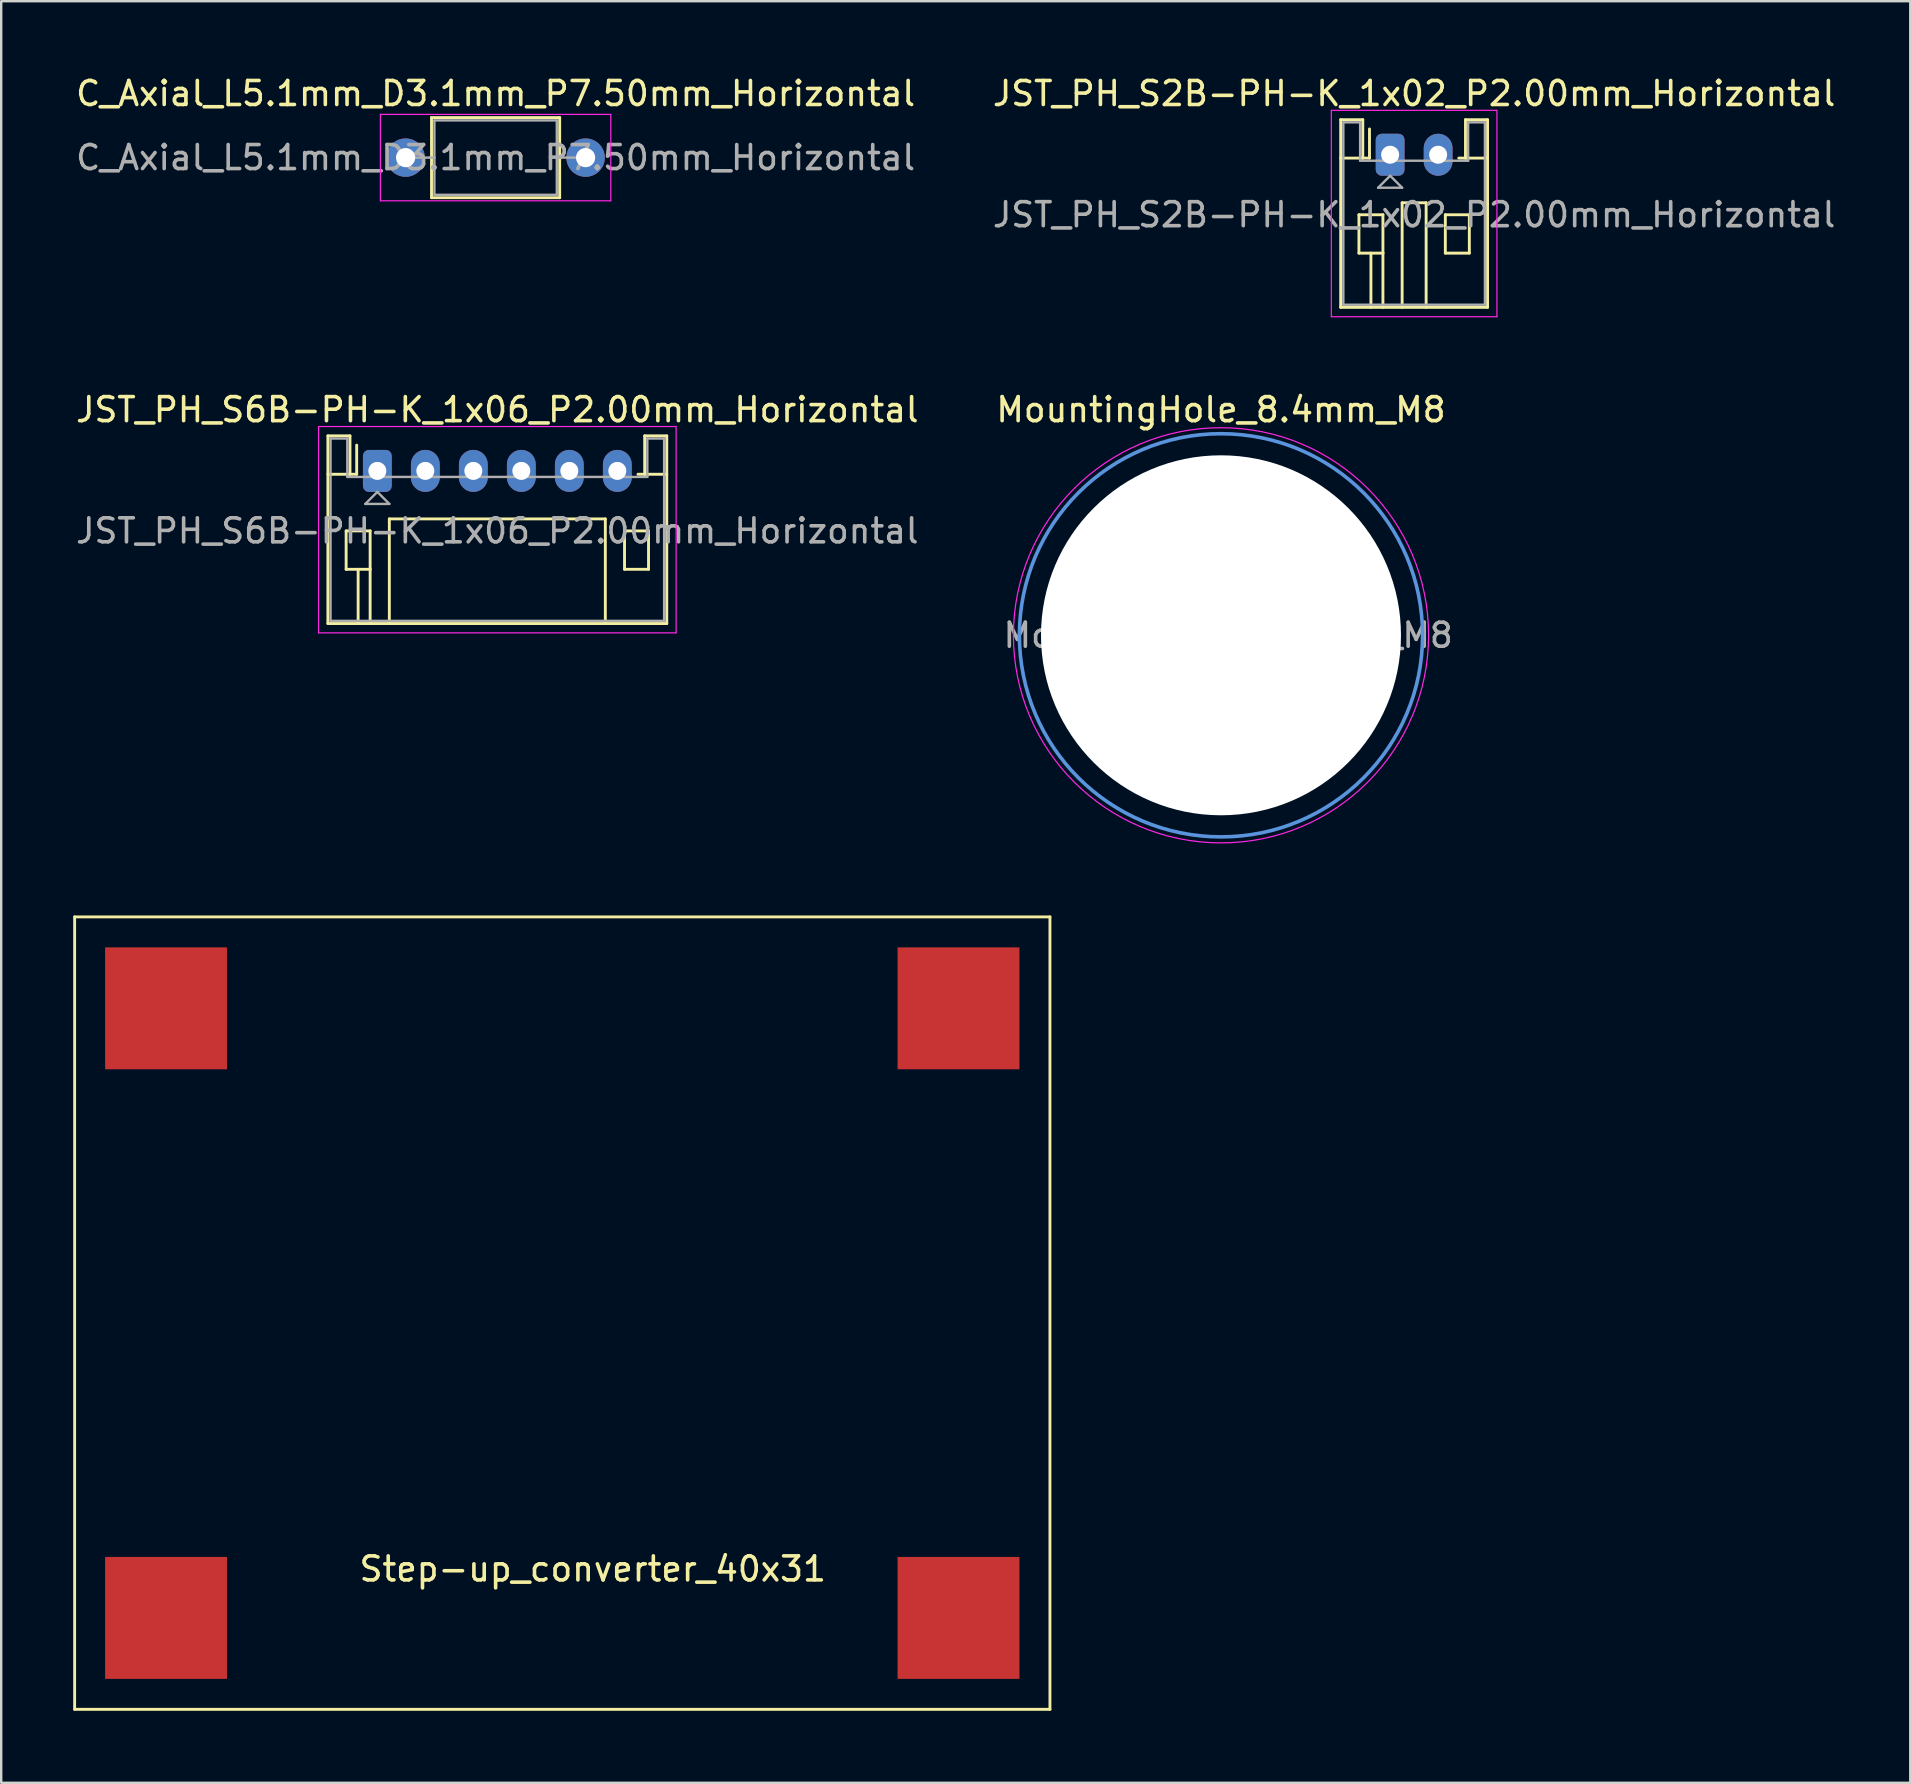
<source format=kicad_pcb>
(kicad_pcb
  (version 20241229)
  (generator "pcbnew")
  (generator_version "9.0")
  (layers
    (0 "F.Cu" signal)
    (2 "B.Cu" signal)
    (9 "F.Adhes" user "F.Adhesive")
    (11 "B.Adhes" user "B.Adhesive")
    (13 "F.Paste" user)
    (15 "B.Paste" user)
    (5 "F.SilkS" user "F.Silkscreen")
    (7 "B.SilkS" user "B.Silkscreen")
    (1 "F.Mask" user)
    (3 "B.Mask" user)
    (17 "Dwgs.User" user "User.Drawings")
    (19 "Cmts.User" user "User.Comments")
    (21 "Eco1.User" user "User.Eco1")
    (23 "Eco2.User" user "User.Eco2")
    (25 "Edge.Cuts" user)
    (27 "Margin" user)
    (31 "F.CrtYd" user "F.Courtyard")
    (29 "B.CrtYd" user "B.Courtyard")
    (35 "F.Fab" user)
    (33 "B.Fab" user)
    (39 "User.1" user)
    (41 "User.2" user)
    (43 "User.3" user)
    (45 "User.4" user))
  (footprint "MountingHole_8.4mm_M8"
    (layer "F.Cu")
    (at 47.827 23.422)
    (property "Reference" "MountingHole_8.4mm_M8" (at 0 -9.4 180) (layer "F.SilkS") (effects (font (size 1 1) (thickness 0.15))))
    (attr exclude_from_pos_files exclude_from_bom)
    (fp_circle (center 0 0) (end 8.4 0) (stroke (width 0.15) (type solid)) (fill no) (layer "Cmts.User"))
    (fp_circle (center 0 0) (end 8.65 0) (stroke (width 0.05) (type solid)) (fill no) (layer "F.CrtYd"))
    (fp_text user "${REFERENCE}" (at 0.3 0 180) (layer "F.Fab") (effects (font (size 1 1) (thickness 0.15))))
    (pad "" np_thru_hole circle (at 0 0) (size 15 15) (drill 15) (layers "*.Cu" "*.Mask")))
  (footprint "Step-up_converter_40x31"
    (layer "F.Cu")
    (at 20.38 51.666)
    (property "Reference" "Step-up_converter_40x31" (at 1.27 10.66 0) (layer "F.SilkS") (effects (font (size 1 1) (thickness 0.15))))
    (attr through_hole)
    (fp_line (start -20.32 -16.51) (end 20.32 -16.51) (stroke (width 0.12) (type solid)) (layer "F.SilkS"))
    (fp_line (start -20.32 16.51) (end -20.32 -16.51) (stroke (width 0.12) (type solid)) (layer "F.SilkS"))
    (fp_line (start 20.32 -16.51) (end 20.32 16.51) (stroke (width 0.12) (type solid)) (layer "F.SilkS"))
    (fp_line (start 20.32 16.51) (end -20.32 16.51) (stroke (width 0.12) (type solid)) (layer "F.SilkS"))
    (pad "1" smd rect (at -16.51 -12.7) (size 5.08 5.08) (layers "F.Cu" "F.Mask" "F.Paste"))
    (pad "2" smd rect (at -16.51 12.7) (size 5.08 5.08) (layers "F.Cu" "F.Mask" "F.Paste"))
    (pad "3" smd rect (at 16.51 12.7) (size 5.08 5.08) (layers "F.Cu" "F.Mask" "F.Paste"))
    (pad "4" smd rect (at 16.51 -12.7) (size 5.08 5.08) (layers "F.Cu" "F.Mask" "F.Paste")))
  (footprint "JST_PH_S2B-PH-K_1x02_P2.00mm_Horizontal"
    (layer "F.Cu")
    (at 54.875 3.398)
    (property "Reference" "JST_PH_S2B-PH-K_1x02_P2.00mm_Horizontal" (at 1 -2.55 0) (layer "F.SilkS") (effects (font (size 1 1) (thickness 0.15))))
    (attr through_hole)
    (fp_line (start -2.06 -1.46) (end -2.06 6.36) (stroke (width 0.12) (type solid)) (layer "F.SilkS"))
    (fp_line (start -2.06 0.14) (end -1.14 0.14) (stroke (width 0.12) (type solid)) (layer "F.SilkS"))
    (fp_line (start -2.06 6.36) (end 4.06 6.36) (stroke (width 0.12) (type solid)) (layer "F.SilkS"))
    (fp_line (start -1.3 2.5) (end -1.3 4.1) (stroke (width 0.12) (type solid)) (layer "F.SilkS"))
    (fp_line (start -1.3 4.1) (end -0.3 4.1) (stroke (width 0.12) (type solid)) (layer "F.SilkS"))
    (fp_line (start -1.14 -1.46) (end -2.06 -1.46) (stroke (width 0.12) (type solid)) (layer "F.SilkS"))
    (fp_line (start -1.14 0.14) (end -1.14 -1.46) (stroke (width 0.12) (type solid)) (layer "F.SilkS"))
    (fp_line (start -0.86 0.14) (end -1.14 0.14) (stroke (width 0.12) (type solid)) (layer "F.SilkS"))
    (fp_line (start -0.86 0.14) (end -0.86 -1.075) (stroke (width 0.12) (type solid)) (layer "F.SilkS"))
    (fp_line (start -0.8 4.1) (end -0.8 6.36) (stroke (width 0.12) (type solid)) (layer "F.SilkS"))
    (fp_line (start -0.3 2.5) (end -1.3 2.5) (stroke (width 0.12) (type solid)) (layer "F.SilkS"))
    (fp_line (start -0.3 4.1) (end -0.3 2.5) (stroke (width 0.12) (type solid)) (layer "F.SilkS"))
    (fp_line (start -0.3 4.1) (end -0.3 6.36) (stroke (width 0.12) (type solid)) (layer "F.SilkS"))
    (fp_line (start 0.5 2) (end 1.5 2) (stroke (width 0.12) (type solid)) (layer "F.SilkS"))
    (fp_line (start 0.5 6.36) (end 0.5 2) (stroke (width 0.12) (type solid)) (layer "F.SilkS"))
    (fp_line (start 1.5 2) (end 1.5 6.36) (stroke (width 0.12) (type solid)) (layer "F.SilkS"))
    (fp_line (start 2.3 2.5) (end 3.3 2.5) (stroke (width 0.12) (type solid)) (layer "F.SilkS"))
    (fp_line (start 2.3 4.1) (end 2.3 2.5) (stroke (width 0.12) (type solid)) (layer "F.SilkS"))
    (fp_line (start 3.14 -1.46) (end 3.14 0.14) (stroke (width 0.12) (type solid)) (layer "F.SilkS"))
    (fp_line (start 3.14 0.14) (end 2.86 0.14) (stroke (width 0.12) (type solid)) (layer "F.SilkS"))
    (fp_line (start 3.3 2.5) (end 3.3 4.1) (stroke (width 0.12) (type solid)) (layer "F.SilkS"))
    (fp_line (start 3.3 4.1) (end 2.3 4.1) (stroke (width 0.12) (type solid)) (layer "F.SilkS"))
    (fp_line (start 4.06 -1.46) (end 3.14 -1.46) (stroke (width 0.12) (type solid)) (layer "F.SilkS"))
    (fp_line (start 4.06 0.14) (end 3.14 0.14) (stroke (width 0.12) (type solid)) (layer "F.SilkS"))
    (fp_line (start 4.06 6.36) (end 4.06 -1.46) (stroke (width 0.12) (type solid)) (layer "F.SilkS"))
    (fp_line (start -2.45 -1.85) (end -2.45 6.75) (stroke (width 0.05) (type solid)) (layer "F.CrtYd"))
    (fp_line (start -2.45 6.75) (end 4.45 6.75) (stroke (width 0.05) (type solid)) (layer "F.CrtYd"))
    (fp_line (start 4.45 -1.85) (end -2.45 -1.85) (stroke (width 0.05) (type solid)) (layer "F.CrtYd"))
    (fp_line (start 4.45 6.75) (end 4.45 -1.85) (stroke (width 0.05) (type solid)) (layer "F.CrtYd"))
    (fp_line (start -1.95 -1.35) (end -1.95 6.25) (stroke (width 0.1) (type solid)) (layer "F.Fab"))
    (fp_line (start -1.95 6.25) (end 3.95 6.25) (stroke (width 0.1) (type solid)) (layer "F.Fab"))
    (fp_line (start -1.25 -1.35) (end -1.95 -1.35) (stroke (width 0.1) (type solid)) (layer "F.Fab"))
    (fp_line (start -1.25 0.25) (end -1.25 -1.35) (stroke (width 0.1) (type solid)) (layer "F.Fab"))
    (fp_line (start -0.5 1.375) (end 0.5 1.375) (stroke (width 0.1) (type solid)) (layer "F.Fab"))
    (fp_line (start 0 0.875) (end -0.5 1.375) (stroke (width 0.1) (type solid)) (layer "F.Fab"))
    (fp_line (start 0.5 1.375) (end 0 0.875) (stroke (width 0.1) (type solid)) (layer "F.Fab"))
    (fp_line (start 3.25 -1.35) (end 3.25 0.25) (stroke (width 0.1) (type solid)) (layer "F.Fab"))
    (fp_line (start 3.25 0.25) (end -1.25 0.25) (stroke (width 0.1) (type solid)) (layer "F.Fab"))
    (fp_line (start 3.95 -1.35) (end 3.25 -1.35) (stroke (width 0.1) (type solid)) (layer "F.Fab"))
    (fp_line (start 3.95 6.25) (end 3.95 -1.35) (stroke (width 0.1) (type solid)) (layer "F.Fab"))
    (fp_text user "${REFERENCE}" (at 1 2.5 0) (layer "F.Fab") (effects (font (size 1 1) (thickness 0.15))))
    (pad "1" thru_hole roundrect (at 0 0) (size 1.2 1.75) (drill 0.75) (layers "*.Cu" "*.Mask") (roundrect_rratio 0.208))
    (pad "2" thru_hole oval (at 2 0) (size 1.2 1.75) (drill 0.75) (layers "*.Cu" "*.Mask")))
  (footprint "C_Axial_L5.1mm_D3.1mm_P7.50mm_Horizontal"
    (layer "F.Cu")
    (at 13.851 3.518)
    (property "Reference" "C_Axial_L5.1mm_D3.1mm_P7.50mm_Horizontal" (at 3.75 -2.67 0) (layer "F.SilkS") (effects (font (size 1 1) (thickness 0.15))))
    (attr through_hole)
    (fp_line (start 1.04 0) (end 1.08 0) (stroke (width 0.12) (type solid)) (layer "F.SilkS"))
    (fp_line (start 1.08 -1.67) (end 1.08 1.67) (stroke (width 0.12) (type solid)) (layer "F.SilkS"))
    (fp_line (start 1.08 1.67) (end 6.42 1.67) (stroke (width 0.12) (type solid)) (layer "F.SilkS"))
    (fp_line (start 6.42 -1.67) (end 1.08 -1.67) (stroke (width 0.12) (type solid)) (layer "F.SilkS"))
    (fp_line (start 6.42 1.67) (end 6.42 -1.67) (stroke (width 0.12) (type solid)) (layer "F.SilkS"))
    (fp_line (start 6.46 0) (end 6.42 0) (stroke (width 0.12) (type solid)) (layer "F.SilkS"))
    (fp_line (start -1.05 -1.8) (end -1.05 1.8) (stroke (width 0.05) (type solid)) (layer "F.CrtYd"))
    (fp_line (start -1.05 1.8) (end 8.55 1.8) (stroke (width 0.05) (type solid)) (layer "F.CrtYd"))
    (fp_line (start 8.55 -1.8) (end -1.05 -1.8) (stroke (width 0.05) (type solid)) (layer "F.CrtYd"))
    (fp_line (start 8.55 1.8) (end 8.55 -1.8) (stroke (width 0.05) (type solid)) (layer "F.CrtYd"))
    (fp_line (start 0 0) (end 1.2 0) (stroke (width 0.1) (type solid)) (layer "F.Fab"))
    (fp_line (start 1.2 -1.55) (end 1.2 1.55) (stroke (width 0.1) (type solid)) (layer "F.Fab"))
    (fp_line (start 1.2 1.55) (end 6.3 1.55) (stroke (width 0.1) (type solid)) (layer "F.Fab"))
    (fp_line (start 6.3 -1.55) (end 1.2 -1.55) (stroke (width 0.1) (type solid)) (layer "F.Fab"))
    (fp_line (start 6.3 1.55) (end 6.3 -1.55) (stroke (width 0.1) (type solid)) (layer "F.Fab"))
    (fp_line (start 7.5 0) (end 6.3 0) (stroke (width 0.1) (type solid)) (layer "F.Fab"))
    (fp_text user "${REFERENCE}" (at 3.75 0 0) (layer "F.Fab") (effects (font (size 1 1) (thickness 0.15))))
    (pad "1" thru_hole circle (at 0 0) (size 1.6 1.6) (drill 0.8) (layers "*.Cu" "*.Mask"))
    (pad "2" thru_hole oval (at 7.5 0) (size 1.6 1.6) (drill 0.8) (layers "*.Cu" "*.Mask")))
  (footprint "JST_PH_S6B-PH-K_1x06_P2.00mm_Horizontal"
    (layer "F.Cu")
    (at 12.673 16.572)
    (property "Reference" "JST_PH_S6B-PH-K_1x06_P2.00mm_Horizontal" (at 5 -2.55 0) (layer "F.SilkS") (effects (font (size 1 1) (thickness 0.15))))
    (attr through_hole)
    (fp_line (start -2.06 -1.46) (end -2.06 6.36) (stroke (width 0.12) (type solid)) (layer "F.SilkS"))
    (fp_line (start -2.06 0.14) (end -1.14 0.14) (stroke (width 0.12) (type solid)) (layer "F.SilkS"))
    (fp_line (start -2.06 6.36) (end 12.06 6.36) (stroke (width 0.12) (type solid)) (layer "F.SilkS"))
    (fp_line (start -1.3 2.5) (end -1.3 4.1) (stroke (width 0.12) (type solid)) (layer "F.SilkS"))
    (fp_line (start -1.3 4.1) (end -0.3 4.1) (stroke (width 0.12) (type solid)) (layer "F.SilkS"))
    (fp_line (start -1.14 -1.46) (end -2.06 -1.46) (stroke (width 0.12) (type solid)) (layer "F.SilkS"))
    (fp_line (start -1.14 0.14) (end -1.14 -1.46) (stroke (width 0.12) (type solid)) (layer "F.SilkS"))
    (fp_line (start -0.86 0.14) (end -1.14 0.14) (stroke (width 0.12) (type solid)) (layer "F.SilkS"))
    (fp_line (start -0.86 0.14) (end -0.86 -1.075) (stroke (width 0.12) (type solid)) (layer "F.SilkS"))
    (fp_line (start -0.8 4.1) (end -0.8 6.36) (stroke (width 0.12) (type solid)) (layer "F.SilkS"))
    (fp_line (start -0.3 2.5) (end -1.3 2.5) (stroke (width 0.12) (type solid)) (layer "F.SilkS"))
    (fp_line (start -0.3 4.1) (end -0.3 2.5) (stroke (width 0.12) (type solid)) (layer "F.SilkS"))
    (fp_line (start -0.3 4.1) (end -0.3 6.36) (stroke (width 0.12) (type solid)) (layer "F.SilkS"))
    (fp_line (start 0.5 2) (end 9.5 2) (stroke (width 0.12) (type solid)) (layer "F.SilkS"))
    (fp_line (start 0.5 6.36) (end 0.5 2) (stroke (width 0.12) (type solid)) (layer "F.SilkS"))
    (fp_line (start 9.5 2) (end 9.5 6.36) (stroke (width 0.12) (type solid)) (layer "F.SilkS"))
    (fp_line (start 10.3 2.5) (end 11.3 2.5) (stroke (width 0.12) (type solid)) (layer "F.SilkS"))
    (fp_line (start 10.3 4.1) (end 10.3 2.5) (stroke (width 0.12) (type solid)) (layer "F.SilkS"))
    (fp_line (start 11.14 -1.46) (end 11.14 0.14) (stroke (width 0.12) (type solid)) (layer "F.SilkS"))
    (fp_line (start 11.14 0.14) (end 10.86 0.14) (stroke (width 0.12) (type solid)) (layer "F.SilkS"))
    (fp_line (start 11.3 2.5) (end 11.3 4.1) (stroke (width 0.12) (type solid)) (layer "F.SilkS"))
    (fp_line (start 11.3 4.1) (end 10.3 4.1) (stroke (width 0.12) (type solid)) (layer "F.SilkS"))
    (fp_line (start 12.06 -1.46) (end 11.14 -1.46) (stroke (width 0.12) (type solid)) (layer "F.SilkS"))
    (fp_line (start 12.06 0.14) (end 11.14 0.14) (stroke (width 0.12) (type solid)) (layer "F.SilkS"))
    (fp_line (start 12.06 6.36) (end 12.06 -1.46) (stroke (width 0.12) (type solid)) (layer "F.SilkS"))
    (fp_line (start -2.45 -1.85) (end -2.45 6.75) (stroke (width 0.05) (type solid)) (layer "F.CrtYd"))
    (fp_line (start -2.45 6.75) (end 12.45 6.75) (stroke (width 0.05) (type solid)) (layer "F.CrtYd"))
    (fp_line (start 12.45 -1.85) (end -2.45 -1.85) (stroke (width 0.05) (type solid)) (layer "F.CrtYd"))
    (fp_line (start 12.45 6.75) (end 12.45 -1.85) (stroke (width 0.05) (type solid)) (layer "F.CrtYd"))
    (fp_line (start -1.95 -1.35) (end -1.95 6.25) (stroke (width 0.1) (type solid)) (layer "F.Fab"))
    (fp_line (start -1.95 6.25) (end 11.95 6.25) (stroke (width 0.1) (type solid)) (layer "F.Fab"))
    (fp_line (start -1.25 -1.35) (end -1.95 -1.35) (stroke (width 0.1) (type solid)) (layer "F.Fab"))
    (fp_line (start -1.25 0.25) (end -1.25 -1.35) (stroke (width 0.1) (type solid)) (layer "F.Fab"))
    (fp_line (start -0.5 1.375) (end 0.5 1.375) (stroke (width 0.1) (type solid)) (layer "F.Fab"))
    (fp_line (start 0 0.875) (end -0.5 1.375) (stroke (width 0.1) (type solid)) (layer "F.Fab"))
    (fp_line (start 0.5 1.375) (end 0 0.875) (stroke (width 0.1) (type solid)) (layer "F.Fab"))
    (fp_line (start 11.25 -1.35) (end 11.25 0.25) (stroke (width 0.1) (type solid)) (layer "F.Fab"))
    (fp_line (start 11.25 0.25) (end -1.25 0.25) (stroke (width 0.1) (type solid)) (layer "F.Fab"))
    (fp_line (start 11.95 -1.35) (end 11.25 -1.35) (stroke (width 0.1) (type solid)) (layer "F.Fab"))
    (fp_line (start 11.95 6.25) (end 11.95 -1.35) (stroke (width 0.1) (type solid)) (layer "F.Fab"))
    (fp_text user "${REFERENCE}" (at 5 2.5 0) (layer "F.Fab") (effects (font (size 1 1) (thickness 0.15))))
    (pad "1" thru_hole roundrect (at 0 0) (size 1.2 1.75) (drill 0.75) (layers "*.Cu" "*.Mask") (roundrect_rratio 0.208))
    (pad "2" thru_hole oval (at 2 0) (size 1.2 1.75) (drill 0.75) (layers "*.Cu" "*.Mask"))
    (pad "3" thru_hole oval (at 4 0) (size 1.2 1.75) (drill 0.75) (layers "*.Cu" "*.Mask"))
    (pad "4" thru_hole oval (at 6 0) (size 1.2 1.75) (drill 0.75) (layers "*.Cu" "*.Mask"))
    (pad "5" thru_hole oval (at 8 0) (size 1.2 1.75) (drill 0.75) (layers "*.Cu" "*.Mask"))
    (pad "6" thru_hole oval (at 10 0) (size 1.2 1.75) (drill 0.75) (layers "*.Cu" "*.Mask")))
  (gr_rect
    (start -3 -3)
    (end 76.548 71.237)
    (stroke (width 0.1) (type default))
    (fill no)
    (layer "Edge.Cuts")))
</source>
